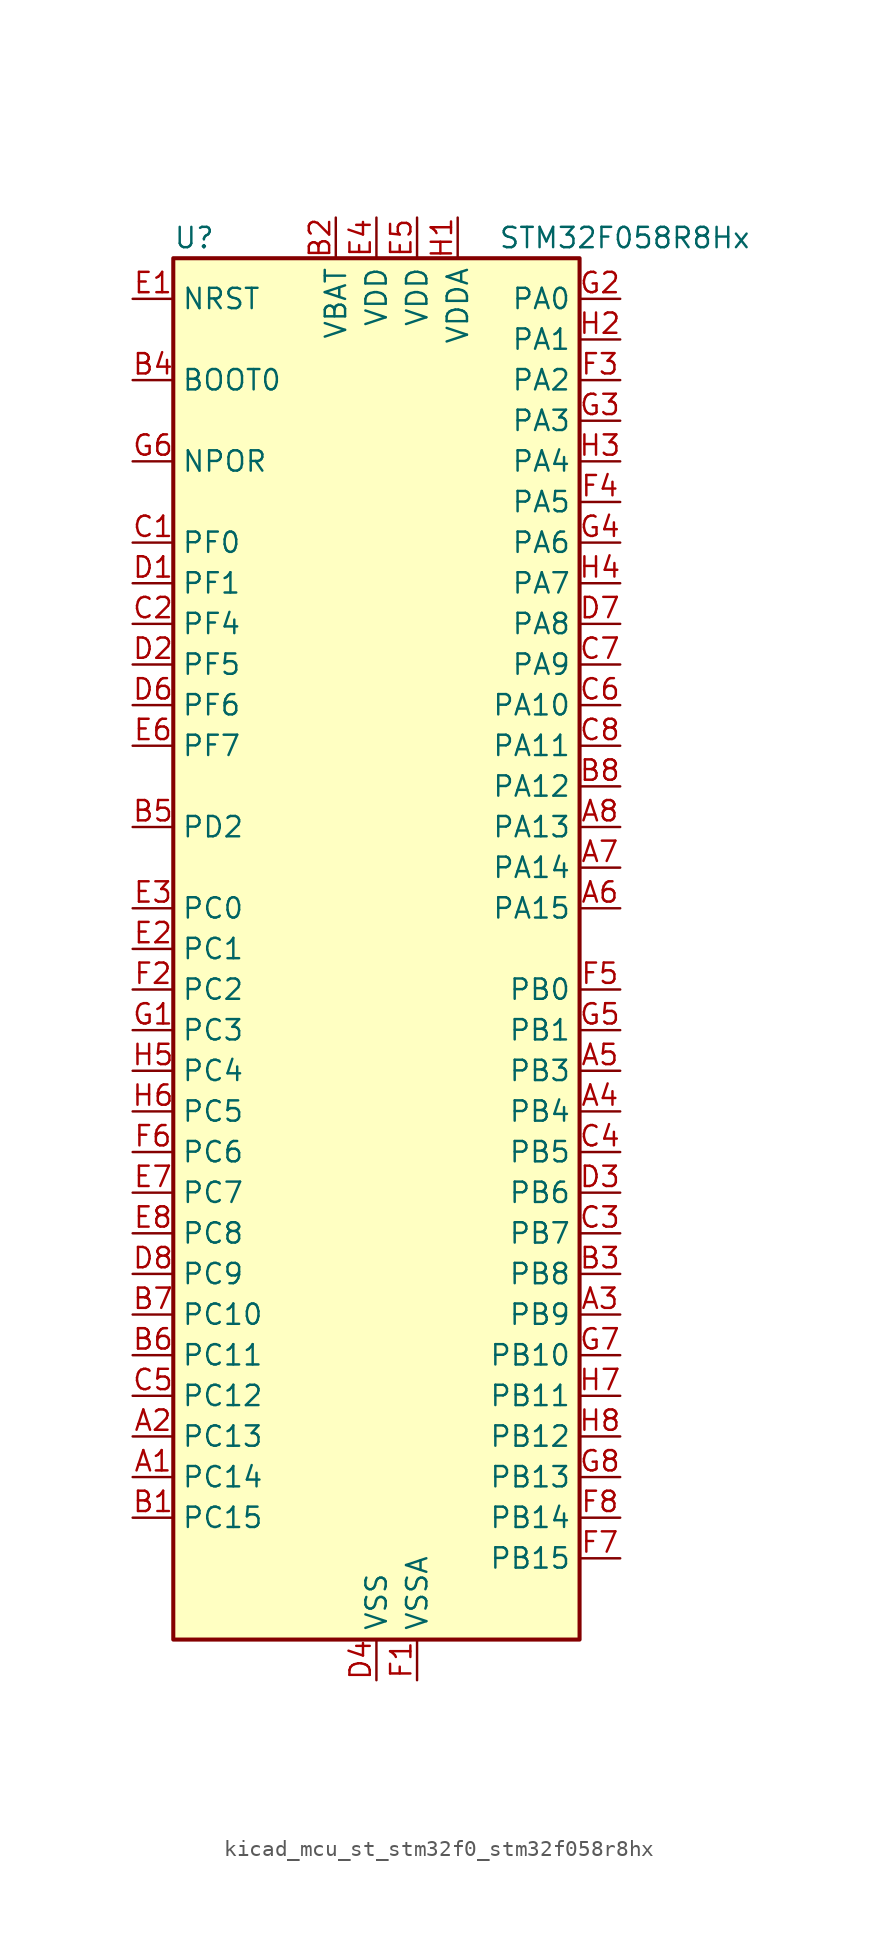
<source format=kicad_sym>
(kicad_symbol_lib
  (version 20220914)
  (generator kicad_symbol_editor)
  (symbol "kicad_mcu_st_stm32f0_stm32f058r8hx"
    (property "Reference" "U"
      (at -12.7 44.45 0)
      (effects (font (size 1.27 1.27)) (justify left)))
    (property "Value" "STM32F058R8Hx"
      (at 7.62 44.45 0)
      (effects (font (size 1.27 1.27)) (justify left)))
    (property "ki_locked" ""
      (at 0 0 0)
      (effects (font (size 1.27 1.27))))
    (symbol "kicad_mcu_st_stm32f0_stm32f058r8hx_0_1"
      (rectangle (start -12.7 -43.18) (end 12.7 43.18) (stroke (width 0.254) (type default)) (fill (type background))))
    (symbol "kicad_mcu_st_stm32f0_stm32f058r8hx_1_1"
      (pin bidirectional line (at -15.24 -33.02 0) (length 2.54) (name "PC14" (effects (font (size 1.27 1.27)))) (number "A1" (effects (font (size 1.27 1.27)))) (alternate "RCC_OSC32_IN" bidirectional line))
      (pin bidirectional line (at -15.24 -30.48 0) (length 2.54) (name "PC13" (effects (font (size 1.27 1.27)))) (number "A2" (effects (font (size 1.27 1.27)))) (alternate "RTC_OUT_ALARM" bidirectional line) (alternate "RTC_OUT_CALIB" bidirectional line) (alternate "RTC_TAMP1" bidirectional line) (alternate "RTC_TS" bidirectional line) (alternate "SYS_WKUP2" bidirectional line))
      (pin bidirectional line (at 15.24 -22.86 180) (length 2.54) (name "PB9" (effects (font (size 1.27 1.27)))) (number "A3" (effects (font (size 1.27 1.27)))) (alternate "DAC1_EXTI9" bidirectional line) (alternate "I2C1_SDA" bidirectional line) (alternate "IR_OUT" bidirectional line) (alternate "TIM17_CH1" bidirectional line))
      (pin bidirectional line (at 15.24 -10.16 180) (length 2.54) (name "PB4" (effects (font (size 1.27 1.27)))) (number "A4" (effects (font (size 1.27 1.27)))) (alternate "I2S1_MCK" bidirectional line) (alternate "SPI1_MISO" bidirectional line) (alternate "TIM3_CH1" bidirectional line) (alternate "TSC_G5_IO2" bidirectional line))
      (pin bidirectional line (at 15.24 -7.62 180) (length 2.54) (name "PB3" (effects (font (size 1.27 1.27)))) (number "A5" (effects (font (size 1.27 1.27)))) (alternate "I2S1_CK" bidirectional line) (alternate "SPI1_SCK" bidirectional line) (alternate "TIM2_CH2" bidirectional line) (alternate "TSC_G5_IO1" bidirectional line))
      (pin bidirectional line (at 15.24 2.54 180) (length 2.54) (name "PA15" (effects (font (size 1.27 1.27)))) (number "A6" (effects (font (size 1.27 1.27)))) (alternate "I2S1_WS" bidirectional line) (alternate "SPI1_NSS" bidirectional line) (alternate "TIM2_CH1" bidirectional line) (alternate "TIM2_ETR" bidirectional line) (alternate "USART2_RX" bidirectional line))
      (pin bidirectional line (at 15.24 5.08 180) (length 2.54) (name "PA14" (effects (font (size 1.27 1.27)))) (number "A7" (effects (font (size 1.27 1.27)))) (alternate "SYS_SWCLK" bidirectional line) (alternate "USART2_TX" bidirectional line))
      (pin bidirectional line (at 15.24 7.62 180) (length 2.54) (name "PA13" (effects (font (size 1.27 1.27)))) (number "A8" (effects (font (size 1.27 1.27)))) (alternate "IR_OUT" bidirectional line) (alternate "SYS_SWDIO" bidirectional line))
      (pin bidirectional line (at -15.24 -35.56 0) (length 2.54) (name "PC15" (effects (font (size 1.27 1.27)))) (number "B1" (effects (font (size 1.27 1.27)))) (alternate "RCC_OSC32_OUT" bidirectional line))
      (pin power_in line (at -2.54 45.72 270) (length 2.54) (name "VBAT" (effects (font (size 1.27 1.27)))) (number "B2" (effects (font (size 1.27 1.27)))))
      (pin bidirectional line (at 15.24 -20.32 180) (length 2.54) (name "PB8" (effects (font (size 1.27 1.27)))) (number "B3" (effects (font (size 1.27 1.27)))) (alternate "CEC" bidirectional line) (alternate "I2C1_SCL" bidirectional line) (alternate "TIM16_CH1" bidirectional line) (alternate "TSC_SYNC" bidirectional line))
      (pin input line (at -15.24 35.56 0) (length 2.54) (name "BOOT0" (effects (font (size 1.27 1.27)))) (number "B4" (effects (font (size 1.27 1.27)))))
      (pin bidirectional line (at -15.24 7.62 0) (length 2.54) (name "PD2" (effects (font (size 1.27 1.27)))) (number "B5" (effects (font (size 1.27 1.27)))) (alternate "TIM3_ETR" bidirectional line))
      (pin bidirectional line (at -15.24 -25.4 0) (length 2.54) (name "PC11" (effects (font (size 1.27 1.27)))) (number "B6" (effects (font (size 1.27 1.27)))))
      (pin bidirectional line (at -15.24 -22.86 0) (length 2.54) (name "PC10" (effects (font (size 1.27 1.27)))) (number "B7" (effects (font (size 1.27 1.27)))))
      (pin bidirectional line (at 15.24 10.16 180) (length 2.54) (name "PA12" (effects (font (size 1.27 1.27)))) (number "B8" (effects (font (size 1.27 1.27)))) (alternate "COMP2_OUT" bidirectional line) (alternate "TIM1_ETR" bidirectional line) (alternate "TSC_G4_IO4" bidirectional line) (alternate "USART1_DE" bidirectional line) (alternate "USART1_RTS" bidirectional line))
      (pin bidirectional line (at -15.24 25.4 0) (length 2.54) (name "PF0" (effects (font (size 1.27 1.27)))) (number "C1" (effects (font (size 1.27 1.27)))) (alternate "RCC_OSC_IN" bidirectional line))
      (pin bidirectional line (at -15.24 20.32 0) (length 2.54) (name "PF4" (effects (font (size 1.27 1.27)))) (number "C2" (effects (font (size 1.27 1.27)))))
      (pin bidirectional line (at 15.24 -17.78 180) (length 2.54) (name "PB7" (effects (font (size 1.27 1.27)))) (number "C3" (effects (font (size 1.27 1.27)))) (alternate "I2C1_SDA" bidirectional line) (alternate "TIM17_CH1N" bidirectional line) (alternate "TSC_G5_IO4" bidirectional line) (alternate "USART1_RX" bidirectional line))
      (pin bidirectional line (at 15.24 -12.7 180) (length 2.54) (name "PB5" (effects (font (size 1.27 1.27)))) (number "C4" (effects (font (size 1.27 1.27)))) (alternate "I2C1_SMBA" bidirectional line) (alternate "I2S1_SD" bidirectional line) (alternate "SPI1_MOSI" bidirectional line) (alternate "TIM16_BKIN" bidirectional line) (alternate "TIM3_CH2" bidirectional line))
      (pin bidirectional line (at -15.24 -27.94 0) (length 2.54) (name "PC12" (effects (font (size 1.27 1.27)))) (number "C5" (effects (font (size 1.27 1.27)))))
      (pin bidirectional line (at 15.24 15.24 180) (length 2.54) (name "PA10" (effects (font (size 1.27 1.27)))) (number "C6" (effects (font (size 1.27 1.27)))) (alternate "TIM17_BKIN" bidirectional line) (alternate "TIM1_CH3" bidirectional line) (alternate "TSC_G4_IO2" bidirectional line) (alternate "USART1_RX" bidirectional line))
      (pin bidirectional line (at 15.24 17.78 180) (length 2.54) (name "PA9" (effects (font (size 1.27 1.27)))) (number "C7" (effects (font (size 1.27 1.27)))) (alternate "DAC1_EXTI9" bidirectional line) (alternate "TIM15_BKIN" bidirectional line) (alternate "TIM1_CH2" bidirectional line) (alternate "TSC_G4_IO1" bidirectional line) (alternate "USART1_TX" bidirectional line))
      (pin bidirectional line (at 15.24 12.7 180) (length 2.54) (name "PA11" (effects (font (size 1.27 1.27)))) (number "C8" (effects (font (size 1.27 1.27)))) (alternate "COMP1_OUT" bidirectional line) (alternate "TIM1_CH4" bidirectional line) (alternate "TSC_G4_IO3" bidirectional line) (alternate "USART1_CTS" bidirectional line))
      (pin bidirectional line (at -15.24 22.86 0) (length 2.54) (name "PF1" (effects (font (size 1.27 1.27)))) (number "D1" (effects (font (size 1.27 1.27)))) (alternate "RCC_OSC_OUT" bidirectional line))
      (pin bidirectional line (at -15.24 17.78 0) (length 2.54) (name "PF5" (effects (font (size 1.27 1.27)))) (number "D2" (effects (font (size 1.27 1.27)))))
      (pin bidirectional line (at 15.24 -15.24 180) (length 2.54) (name "PB6" (effects (font (size 1.27 1.27)))) (number "D3" (effects (font (size 1.27 1.27)))) (alternate "I2C1_SCL" bidirectional line) (alternate "TIM16_CH1N" bidirectional line) (alternate "TSC_G5_IO3" bidirectional line) (alternate "USART1_TX" bidirectional line))
      (pin power_in line (at 0 -45.72 90) (length 2.54) (name "VSS" (effects (font (size 1.27 1.27)))) (number "D4" (effects (font (size 1.27 1.27)))))
      (pin passive line (at 0 -45.72 90) (length 2.54) hide (name "VSS" (effects (font (size 1.27 1.27)))) (number "D5" (effects (font (size 1.27 1.27)))))
      (pin bidirectional line (at -15.24 15.24 0) (length 2.54) (name "PF6" (effects (font (size 1.27 1.27)))) (number "D6" (effects (font (size 1.27 1.27)))) (alternate "I2C2_SCL" bidirectional line))
      (pin bidirectional line (at 15.24 20.32 180) (length 2.54) (name "PA8" (effects (font (size 1.27 1.27)))) (number "D7" (effects (font (size 1.27 1.27)))) (alternate "RCC_MCO" bidirectional line) (alternate "TIM1_CH1" bidirectional line) (alternate "USART1_CK" bidirectional line))
      (pin bidirectional line (at -15.24 -20.32 0) (length 2.54) (name "PC9" (effects (font (size 1.27 1.27)))) (number "D8" (effects (font (size 1.27 1.27)))) (alternate "DAC1_EXTI9" bidirectional line) (alternate "TIM3_CH4" bidirectional line))
      (pin input line (at -15.24 40.64 0) (length 2.54) (name "NRST" (effects (font (size 1.27 1.27)))) (number "E1" (effects (font (size 1.27 1.27)))))
      (pin bidirectional line (at -15.24 0 0) (length 2.54) (name "PC1" (effects (font (size 1.27 1.27)))) (number "E2" (effects (font (size 1.27 1.27)))) (alternate "ADC_IN11" bidirectional line))
      (pin bidirectional line (at -15.24 2.54 0) (length 2.54) (name "PC0" (effects (font (size 1.27 1.27)))) (number "E3" (effects (font (size 1.27 1.27)))) (alternate "ADC_IN10" bidirectional line))
      (pin power_in line (at 0 45.72 270) (length 2.54) (name "VDD" (effects (font (size 1.27 1.27)))) (number "E4" (effects (font (size 1.27 1.27)))))
      (pin power_in line (at 2.54 45.72 270) (length 2.54) (name "VDD" (effects (font (size 1.27 1.27)))) (number "E5" (effects (font (size 1.27 1.27)))))
      (pin bidirectional line (at -15.24 12.7 0) (length 2.54) (name "PF7" (effects (font (size 1.27 1.27)))) (number "E6" (effects (font (size 1.27 1.27)))) (alternate "I2C2_SDA" bidirectional line))
      (pin bidirectional line (at -15.24 -15.24 0) (length 2.54) (name "PC7" (effects (font (size 1.27 1.27)))) (number "E7" (effects (font (size 1.27 1.27)))) (alternate "TIM3_CH2" bidirectional line))
      (pin bidirectional line (at -15.24 -17.78 0) (length 2.54) (name "PC8" (effects (font (size 1.27 1.27)))) (number "E8" (effects (font (size 1.27 1.27)))) (alternate "TIM3_CH3" bidirectional line))
      (pin power_in line (at 2.54 -45.72 90) (length 2.54) (name "VSSA" (effects (font (size 1.27 1.27)))) (number "F1" (effects (font (size 1.27 1.27)))))
      (pin bidirectional line (at -15.24 -2.54 0) (length 2.54) (name "PC2" (effects (font (size 1.27 1.27)))) (number "F2" (effects (font (size 1.27 1.27)))) (alternate "ADC_IN12" bidirectional line))
      (pin bidirectional line (at 15.24 35.56 180) (length 2.54) (name "PA2" (effects (font (size 1.27 1.27)))) (number "F3" (effects (font (size 1.27 1.27)))) (alternate "ADC_IN2" bidirectional line) (alternate "COMP2_INM" bidirectional line) (alternate "COMP2_OUT" bidirectional line) (alternate "TIM15_CH1" bidirectional line) (alternate "TIM2_CH3" bidirectional line) (alternate "TSC_G1_IO3" bidirectional line) (alternate "USART2_TX" bidirectional line))
      (pin bidirectional line (at 15.24 27.94 180) (length 2.54) (name "PA5" (effects (font (size 1.27 1.27)))) (number "F4" (effects (font (size 1.27 1.27)))) (alternate "ADC_IN5" bidirectional line) (alternate "CEC" bidirectional line) (alternate "COMP1_INM" bidirectional line) (alternate "COMP2_INM" bidirectional line) (alternate "I2S1_CK" bidirectional line) (alternate "SPI1_SCK" bidirectional line) (alternate "TIM2_CH1" bidirectional line) (alternate "TIM2_ETR" bidirectional line) (alternate "TSC_G2_IO2" bidirectional line))
      (pin bidirectional line (at 15.24 -2.54 180) (length 2.54) (name "PB0" (effects (font (size 1.27 1.27)))) (number "F5" (effects (font (size 1.27 1.27)))) (alternate "ADC_IN8" bidirectional line) (alternate "TIM1_CH2N" bidirectional line) (alternate "TIM3_CH3" bidirectional line) (alternate "TSC_G3_IO2" bidirectional line))
      (pin bidirectional line (at -15.24 -12.7 0) (length 2.54) (name "PC6" (effects (font (size 1.27 1.27)))) (number "F6" (effects (font (size 1.27 1.27)))) (alternate "TIM3_CH1" bidirectional line))
      (pin bidirectional line (at 15.24 -38.1 180) (length 2.54) (name "PB15" (effects (font (size 1.27 1.27)))) (number "F7" (effects (font (size 1.27 1.27)))) (alternate "RTC_REFIN" bidirectional line) (alternate "SPI2_MOSI" bidirectional line) (alternate "TIM15_CH1N" bidirectional line) (alternate "TIM15_CH2" bidirectional line) (alternate "TIM1_CH3N" bidirectional line))
      (pin bidirectional line (at 15.24 -35.56 180) (length 2.54) (name "PB14" (effects (font (size 1.27 1.27)))) (number "F8" (effects (font (size 1.27 1.27)))) (alternate "SPI2_MISO" bidirectional line) (alternate "TIM15_CH1" bidirectional line) (alternate "TIM1_CH2N" bidirectional line) (alternate "TSC_G6_IO4" bidirectional line))
      (pin bidirectional line (at -15.24 -5.08 0) (length 2.54) (name "PC3" (effects (font (size 1.27 1.27)))) (number "G1" (effects (font (size 1.27 1.27)))) (alternate "ADC_IN13" bidirectional line))
      (pin bidirectional line (at 15.24 40.64 180) (length 2.54) (name "PA0" (effects (font (size 1.27 1.27)))) (number "G2" (effects (font (size 1.27 1.27)))) (alternate "ADC_IN0" bidirectional line) (alternate "COMP1_INM" bidirectional line) (alternate "COMP1_OUT" bidirectional line) (alternate "RTC_TAMP2" bidirectional line) (alternate "SYS_WKUP1" bidirectional line) (alternate "TIM2_CH1" bidirectional line) (alternate "TIM2_ETR" bidirectional line) (alternate "TSC_G1_IO1" bidirectional line) (alternate "USART2_CTS" bidirectional line))
      (pin bidirectional line (at 15.24 33.02 180) (length 2.54) (name "PA3" (effects (font (size 1.27 1.27)))) (number "G3" (effects (font (size 1.27 1.27)))) (alternate "ADC_IN3" bidirectional line) (alternate "COMP2_INP" bidirectional line) (alternate "TIM15_CH2" bidirectional line) (alternate "TIM2_CH4" bidirectional line) (alternate "TSC_G1_IO4" bidirectional line) (alternate "USART2_RX" bidirectional line))
      (pin bidirectional line (at 15.24 25.4 180) (length 2.54) (name "PA6" (effects (font (size 1.27 1.27)))) (number "G4" (effects (font (size 1.27 1.27)))) (alternate "ADC_IN6" bidirectional line) (alternate "COMP1_OUT" bidirectional line) (alternate "I2S1_MCK" bidirectional line) (alternate "SPI1_MISO" bidirectional line) (alternate "TIM16_CH1" bidirectional line) (alternate "TIM1_BKIN" bidirectional line) (alternate "TIM3_CH1" bidirectional line) (alternate "TSC_G2_IO3" bidirectional line))
      (pin bidirectional line (at 15.24 -5.08 180) (length 2.54) (name "PB1" (effects (font (size 1.27 1.27)))) (number "G5" (effects (font (size 1.27 1.27)))) (alternate "ADC_IN9" bidirectional line) (alternate "TIM14_CH1" bidirectional line) (alternate "TIM1_CH3N" bidirectional line) (alternate "TIM3_CH4" bidirectional line) (alternate "TSC_G3_IO3" bidirectional line))
      (pin input line (at -15.24 30.48 0) (length 2.54) (name "NPOR" (effects (font (size 1.27 1.27)))) (number "G6" (effects (font (size 1.27 1.27)))))
      (pin bidirectional line (at 15.24 -25.4 180) (length 2.54) (name "PB10" (effects (font (size 1.27 1.27)))) (number "G7" (effects (font (size 1.27 1.27)))) (alternate "CEC" bidirectional line) (alternate "I2C2_SCL" bidirectional line) (alternate "TIM2_CH3" bidirectional line) (alternate "TSC_SYNC" bidirectional line))
      (pin bidirectional line (at 15.24 -33.02 180) (length 2.54) (name "PB13" (effects (font (size 1.27 1.27)))) (number "G8" (effects (font (size 1.27 1.27)))) (alternate "SPI2_SCK" bidirectional line) (alternate "TIM1_CH1N" bidirectional line) (alternate "TSC_G6_IO3" bidirectional line))
      (pin power_in line (at 5.08 45.72 270) (length 2.54) (name "VDDA" (effects (font (size 1.27 1.27)))) (number "H1" (effects (font (size 1.27 1.27)))))
      (pin bidirectional line (at 15.24 38.1 180) (length 2.54) (name "PA1" (effects (font (size 1.27 1.27)))) (number "H2" (effects (font (size 1.27 1.27)))) (alternate "ADC_IN1" bidirectional line) (alternate "COMP1_INP" bidirectional line) (alternate "TIM2_CH2" bidirectional line) (alternate "TSC_G1_IO2" bidirectional line) (alternate "USART2_DE" bidirectional line) (alternate "USART2_RTS" bidirectional line))
      (pin bidirectional line (at 15.24 30.48 180) (length 2.54) (name "PA4" (effects (font (size 1.27 1.27)))) (number "H3" (effects (font (size 1.27 1.27)))) (alternate "ADC_IN4" bidirectional line) (alternate "COMP1_INM" bidirectional line) (alternate "COMP2_INM" bidirectional line) (alternate "DAC1_OUT1" bidirectional line) (alternate "I2S1_WS" bidirectional line) (alternate "SPI1_NSS" bidirectional line) (alternate "TIM14_CH1" bidirectional line) (alternate "TSC_G2_IO1" bidirectional line) (alternate "USART2_CK" bidirectional line))
      (pin bidirectional line (at 15.24 22.86 180) (length 2.54) (name "PA7" (effects (font (size 1.27 1.27)))) (number "H4" (effects (font (size 1.27 1.27)))) (alternate "ADC_IN7" bidirectional line) (alternate "COMP2_OUT" bidirectional line) (alternate "I2S1_SD" bidirectional line) (alternate "SPI1_MOSI" bidirectional line) (alternate "TIM14_CH1" bidirectional line) (alternate "TIM17_CH1" bidirectional line) (alternate "TIM1_CH1N" bidirectional line) (alternate "TIM3_CH2" bidirectional line) (alternate "TSC_G2_IO4" bidirectional line))
      (pin bidirectional line (at -15.24 -7.62 0) (length 2.54) (name "PC4" (effects (font (size 1.27 1.27)))) (number "H5" (effects (font (size 1.27 1.27)))) (alternate "ADC_IN14" bidirectional line))
      (pin bidirectional line (at -15.24 -10.16 0) (length 2.54) (name "PC5" (effects (font (size 1.27 1.27)))) (number "H6" (effects (font (size 1.27 1.27)))) (alternate "ADC_IN15" bidirectional line) (alternate "TSC_G3_IO1" bidirectional line))
      (pin bidirectional line (at 15.24 -27.94 180) (length 2.54) (name "PB11" (effects (font (size 1.27 1.27)))) (number "H7" (effects (font (size 1.27 1.27)))) (alternate "I2C2_SDA" bidirectional line) (alternate "TIM2_CH4" bidirectional line) (alternate "TSC_G6_IO1" bidirectional line))
      (pin bidirectional line (at 15.24 -30.48 180) (length 2.54) (name "PB12" (effects (font (size 1.27 1.27)))) (number "H8" (effects (font (size 1.27 1.27)))) (alternate "SPI2_NSS" bidirectional line) (alternate "TIM1_BKIN" bidirectional line) (alternate "TSC_G6_IO2" bidirectional line)))))
</source>
